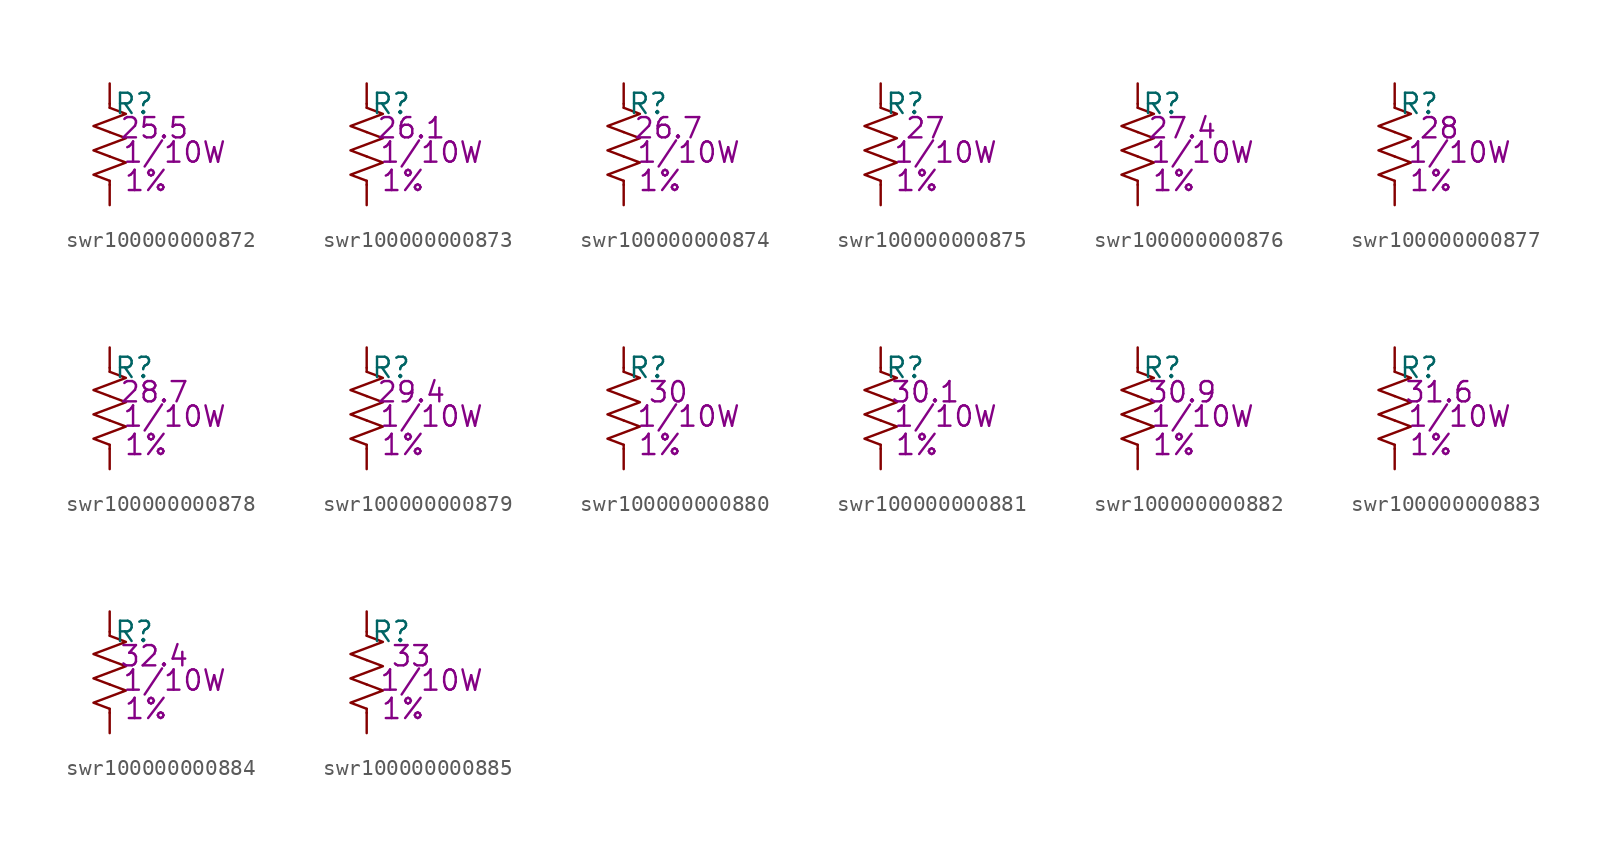
<source format=kicad_sym>
(kicad_symbol_lib
  (version 20211014)
  (generator kicad_symbol_editor)
  (symbol "swr100000000872"
    (pin_numbers hide)
    (pin_names
      (offset 1.016))
    (property "Reference" "R"
      (at 1.524 2.54 0)
      (effects (font (size 1.27 1.27))))
    (property "Tolerance" "1%"
      (at 2.286 -2.286 0)
      (effects (font (size 1.27 1.27))))
    (property "Wattage" "1/10W"
      (at 4.064 -0.508 0)
      (effects (font (size 1.27 1.27))))
    (property "PartValue" "25.5"
      (at 2.794 1.016 0)
      (effects (font (size 1.27 1.27))))
    (symbol "swr100000000872_1_1"
      (polyline (pts (xy 0 -2.286) (xy 0 -2.54)) (stroke (width 0) (type default) (color 0 0 0 0)) (fill (type none)))
      (polyline (pts (xy 0 2.286) (xy 0 2.54)) (stroke (width 0) (type default) (color 0 0 0 0)) (fill (type none)))
      (polyline (pts (xy 0 -0.762) (xy 1.016 -1.143) (xy 0 -1.524) (xy -1.016 -1.905) (xy 0 -2.286)) (stroke (width 0) (type default) (color 0 0 0 0)) (fill (type none)))
      (polyline (pts (xy 0 0.762) (xy 1.016 0.381) (xy 0 0) (xy -1.016 -0.381) (xy 0 -0.762)) (stroke (width 0) (type default) (color 0 0 0 0)) (fill (type none)))
      (polyline (pts (xy 0 2.286) (xy 1.016 1.905) (xy 0 1.524) (xy -1.016 1.143) (xy 0 0.762)) (stroke (width 0) (type default) (color 0 0 0 0)) (fill (type none)))
      (pin passive line (at 0 3.81 270) (length 1.27) (name "~" (effects (font (size 1.27 1.27)))) (number "1" (effects (font (size 1.27 1.27)))))
      (pin passive line (at 0 -3.81 90) (length 1.27) (name "~" (effects (font (size 1.27 1.27)))) (number "2" (effects (font (size 1.27 1.27)))))))
  (symbol "swr100000000873"
    (pin_numbers hide)
    (pin_names
      (offset 1.016))
    (property "Reference" "R"
      (at 1.524 2.54 0)
      (effects (font (size 1.27 1.27))))
    (property "Tolerance" "1%"
      (at 2.286 -2.286 0)
      (effects (font (size 1.27 1.27))))
    (property "Wattage" "1/10W"
      (at 4.064 -0.508 0)
      (effects (font (size 1.27 1.27))))
    (property "PartValue" "26.1"
      (at 2.794 1.016 0)
      (effects (font (size 1.27 1.27))))
    (symbol "swr100000000873_1_1"
      (polyline (pts (xy 0 -2.286) (xy 0 -2.54)) (stroke (width 0) (type default) (color 0 0 0 0)) (fill (type none)))
      (polyline (pts (xy 0 2.286) (xy 0 2.54)) (stroke (width 0) (type default) (color 0 0 0 0)) (fill (type none)))
      (polyline (pts (xy 0 -0.762) (xy 1.016 -1.143) (xy 0 -1.524) (xy -1.016 -1.905) (xy 0 -2.286)) (stroke (width 0) (type default) (color 0 0 0 0)) (fill (type none)))
      (polyline (pts (xy 0 0.762) (xy 1.016 0.381) (xy 0 0) (xy -1.016 -0.381) (xy 0 -0.762)) (stroke (width 0) (type default) (color 0 0 0 0)) (fill (type none)))
      (polyline (pts (xy 0 2.286) (xy 1.016 1.905) (xy 0 1.524) (xy -1.016 1.143) (xy 0 0.762)) (stroke (width 0) (type default) (color 0 0 0 0)) (fill (type none)))
      (pin passive line (at 0 3.81 270) (length 1.27) (name "~" (effects (font (size 1.27 1.27)))) (number "1" (effects (font (size 1.27 1.27)))))
      (pin passive line (at 0 -3.81 90) (length 1.27) (name "~" (effects (font (size 1.27 1.27)))) (number "2" (effects (font (size 1.27 1.27)))))))
  (symbol "swr100000000874"
    (pin_numbers hide)
    (pin_names
      (offset 1.016))
    (property "Reference" "R"
      (at 1.524 2.54 0)
      (effects (font (size 1.27 1.27))))
    (property "Tolerance" "1%"
      (at 2.286 -2.286 0)
      (effects (font (size 1.27 1.27))))
    (property "Wattage" "1/10W"
      (at 4.064 -0.508 0)
      (effects (font (size 1.27 1.27))))
    (property "PartValue" "26.7"
      (at 2.794 1.016 0)
      (effects (font (size 1.27 1.27))))
    (symbol "swr100000000874_1_1"
      (polyline (pts (xy 0 -2.286) (xy 0 -2.54)) (stroke (width 0) (type default) (color 0 0 0 0)) (fill (type none)))
      (polyline (pts (xy 0 2.286) (xy 0 2.54)) (stroke (width 0) (type default) (color 0 0 0 0)) (fill (type none)))
      (polyline (pts (xy 0 -0.762) (xy 1.016 -1.143) (xy 0 -1.524) (xy -1.016 -1.905) (xy 0 -2.286)) (stroke (width 0) (type default) (color 0 0 0 0)) (fill (type none)))
      (polyline (pts (xy 0 0.762) (xy 1.016 0.381) (xy 0 0) (xy -1.016 -0.381) (xy 0 -0.762)) (stroke (width 0) (type default) (color 0 0 0 0)) (fill (type none)))
      (polyline (pts (xy 0 2.286) (xy 1.016 1.905) (xy 0 1.524) (xy -1.016 1.143) (xy 0 0.762)) (stroke (width 0) (type default) (color 0 0 0 0)) (fill (type none)))
      (pin passive line (at 0 3.81 270) (length 1.27) (name "~" (effects (font (size 1.27 1.27)))) (number "1" (effects (font (size 1.27 1.27)))))
      (pin passive line (at 0 -3.81 90) (length 1.27) (name "~" (effects (font (size 1.27 1.27)))) (number "2" (effects (font (size 1.27 1.27)))))))
  (symbol "swr100000000875"
    (pin_numbers hide)
    (pin_names
      (offset 1.016))
    (property "Reference" "R"
      (at 1.524 2.54 0)
      (effects (font (size 1.27 1.27))))
    (property "Tolerance" "1%"
      (at 2.286 -2.286 0)
      (effects (font (size 1.27 1.27))))
    (property "Wattage" "1/10W"
      (at 4.064 -0.508 0)
      (effects (font (size 1.27 1.27))))
    (property "PartValue" "27"
      (at 2.794 1.016 0)
      (effects (font (size 1.27 1.27))))
    (symbol "swr100000000875_1_1"
      (polyline (pts (xy 0 -2.286) (xy 0 -2.54)) (stroke (width 0) (type default) (color 0 0 0 0)) (fill (type none)))
      (polyline (pts (xy 0 2.286) (xy 0 2.54)) (stroke (width 0) (type default) (color 0 0 0 0)) (fill (type none)))
      (polyline (pts (xy 0 -0.762) (xy 1.016 -1.143) (xy 0 -1.524) (xy -1.016 -1.905) (xy 0 -2.286)) (stroke (width 0) (type default) (color 0 0 0 0)) (fill (type none)))
      (polyline (pts (xy 0 0.762) (xy 1.016 0.381) (xy 0 0) (xy -1.016 -0.381) (xy 0 -0.762)) (stroke (width 0) (type default) (color 0 0 0 0)) (fill (type none)))
      (polyline (pts (xy 0 2.286) (xy 1.016 1.905) (xy 0 1.524) (xy -1.016 1.143) (xy 0 0.762)) (stroke (width 0) (type default) (color 0 0 0 0)) (fill (type none)))
      (pin passive line (at 0 3.81 270) (length 1.27) (name "~" (effects (font (size 1.27 1.27)))) (number "1" (effects (font (size 1.27 1.27)))))
      (pin passive line (at 0 -3.81 90) (length 1.27) (name "~" (effects (font (size 1.27 1.27)))) (number "2" (effects (font (size 1.27 1.27)))))))
  (symbol "swr100000000876"
    (pin_numbers hide)
    (pin_names
      (offset 1.016))
    (property "Reference" "R"
      (at 1.524 2.54 0)
      (effects (font (size 1.27 1.27))))
    (property "Tolerance" "1%"
      (at 2.286 -2.286 0)
      (effects (font (size 1.27 1.27))))
    (property "Wattage" "1/10W"
      (at 4.064 -0.508 0)
      (effects (font (size 1.27 1.27))))
    (property "PartValue" "27.4"
      (at 2.794 1.016 0)
      (effects (font (size 1.27 1.27))))
    (symbol "swr100000000876_1_1"
      (polyline (pts (xy 0 -2.286) (xy 0 -2.54)) (stroke (width 0) (type default) (color 0 0 0 0)) (fill (type none)))
      (polyline (pts (xy 0 2.286) (xy 0 2.54)) (stroke (width 0) (type default) (color 0 0 0 0)) (fill (type none)))
      (polyline (pts (xy 0 -0.762) (xy 1.016 -1.143) (xy 0 -1.524) (xy -1.016 -1.905) (xy 0 -2.286)) (stroke (width 0) (type default) (color 0 0 0 0)) (fill (type none)))
      (polyline (pts (xy 0 0.762) (xy 1.016 0.381) (xy 0 0) (xy -1.016 -0.381) (xy 0 -0.762)) (stroke (width 0) (type default) (color 0 0 0 0)) (fill (type none)))
      (polyline (pts (xy 0 2.286) (xy 1.016 1.905) (xy 0 1.524) (xy -1.016 1.143) (xy 0 0.762)) (stroke (width 0) (type default) (color 0 0 0 0)) (fill (type none)))
      (pin passive line (at 0 3.81 270) (length 1.27) (name "~" (effects (font (size 1.27 1.27)))) (number "1" (effects (font (size 1.27 1.27)))))
      (pin passive line (at 0 -3.81 90) (length 1.27) (name "~" (effects (font (size 1.27 1.27)))) (number "2" (effects (font (size 1.27 1.27)))))))
  (symbol "swr100000000877"
    (pin_numbers hide)
    (pin_names
      (offset 1.016))
    (property "Reference" "R"
      (at 1.524 2.54 0)
      (effects (font (size 1.27 1.27))))
    (property "Tolerance" "1%"
      (at 2.286 -2.286 0)
      (effects (font (size 1.27 1.27))))
    (property "Wattage" "1/10W"
      (at 4.064 -0.508 0)
      (effects (font (size 1.27 1.27))))
    (property "PartValue" "28"
      (at 2.794 1.016 0)
      (effects (font (size 1.27 1.27))))
    (symbol "swr100000000877_1_1"
      (polyline (pts (xy 0 -2.286) (xy 0 -2.54)) (stroke (width 0) (type default) (color 0 0 0 0)) (fill (type none)))
      (polyline (pts (xy 0 2.286) (xy 0 2.54)) (stroke (width 0) (type default) (color 0 0 0 0)) (fill (type none)))
      (polyline (pts (xy 0 -0.762) (xy 1.016 -1.143) (xy 0 -1.524) (xy -1.016 -1.905) (xy 0 -2.286)) (stroke (width 0) (type default) (color 0 0 0 0)) (fill (type none)))
      (polyline (pts (xy 0 0.762) (xy 1.016 0.381) (xy 0 0) (xy -1.016 -0.381) (xy 0 -0.762)) (stroke (width 0) (type default) (color 0 0 0 0)) (fill (type none)))
      (polyline (pts (xy 0 2.286) (xy 1.016 1.905) (xy 0 1.524) (xy -1.016 1.143) (xy 0 0.762)) (stroke (width 0) (type default) (color 0 0 0 0)) (fill (type none)))
      (pin passive line (at 0 3.81 270) (length 1.27) (name "~" (effects (font (size 1.27 1.27)))) (number "1" (effects (font (size 1.27 1.27)))))
      (pin passive line (at 0 -3.81 90) (length 1.27) (name "~" (effects (font (size 1.27 1.27)))) (number "2" (effects (font (size 1.27 1.27)))))))
  (symbol "swr100000000878"
    (pin_numbers hide)
    (pin_names
      (offset 1.016))
    (property "Reference" "R"
      (at 1.524 2.54 0)
      (effects (font (size 1.27 1.27))))
    (property "Tolerance" "1%"
      (at 2.286 -2.286 0)
      (effects (font (size 1.27 1.27))))
    (property "Wattage" "1/10W"
      (at 4.064 -0.508 0)
      (effects (font (size 1.27 1.27))))
    (property "PartValue" "28.7"
      (at 2.794 1.016 0)
      (effects (font (size 1.27 1.27))))
    (symbol "swr100000000878_1_1"
      (polyline (pts (xy 0 -2.286) (xy 0 -2.54)) (stroke (width 0) (type default) (color 0 0 0 0)) (fill (type none)))
      (polyline (pts (xy 0 2.286) (xy 0 2.54)) (stroke (width 0) (type default) (color 0 0 0 0)) (fill (type none)))
      (polyline (pts (xy 0 -0.762) (xy 1.016 -1.143) (xy 0 -1.524) (xy -1.016 -1.905) (xy 0 -2.286)) (stroke (width 0) (type default) (color 0 0 0 0)) (fill (type none)))
      (polyline (pts (xy 0 0.762) (xy 1.016 0.381) (xy 0 0) (xy -1.016 -0.381) (xy 0 -0.762)) (stroke (width 0) (type default) (color 0 0 0 0)) (fill (type none)))
      (polyline (pts (xy 0 2.286) (xy 1.016 1.905) (xy 0 1.524) (xy -1.016 1.143) (xy 0 0.762)) (stroke (width 0) (type default) (color 0 0 0 0)) (fill (type none)))
      (pin passive line (at 0 3.81 270) (length 1.27) (name "~" (effects (font (size 1.27 1.27)))) (number "1" (effects (font (size 1.27 1.27)))))
      (pin passive line (at 0 -3.81 90) (length 1.27) (name "~" (effects (font (size 1.27 1.27)))) (number "2" (effects (font (size 1.27 1.27)))))))
  (symbol "swr100000000879"
    (pin_numbers hide)
    (pin_names
      (offset 1.016))
    (property "Reference" "R"
      (at 1.524 2.54 0)
      (effects (font (size 1.27 1.27))))
    (property "Tolerance" "1%"
      (at 2.286 -2.286 0)
      (effects (font (size 1.27 1.27))))
    (property "Wattage" "1/10W"
      (at 4.064 -0.508 0)
      (effects (font (size 1.27 1.27))))
    (property "PartValue" "29.4"
      (at 2.794 1.016 0)
      (effects (font (size 1.27 1.27))))
    (symbol "swr100000000879_1_1"
      (polyline (pts (xy 0 -2.286) (xy 0 -2.54)) (stroke (width 0) (type default) (color 0 0 0 0)) (fill (type none)))
      (polyline (pts (xy 0 2.286) (xy 0 2.54)) (stroke (width 0) (type default) (color 0 0 0 0)) (fill (type none)))
      (polyline (pts (xy 0 -0.762) (xy 1.016 -1.143) (xy 0 -1.524) (xy -1.016 -1.905) (xy 0 -2.286)) (stroke (width 0) (type default) (color 0 0 0 0)) (fill (type none)))
      (polyline (pts (xy 0 0.762) (xy 1.016 0.381) (xy 0 0) (xy -1.016 -0.381) (xy 0 -0.762)) (stroke (width 0) (type default) (color 0 0 0 0)) (fill (type none)))
      (polyline (pts (xy 0 2.286) (xy 1.016 1.905) (xy 0 1.524) (xy -1.016 1.143) (xy 0 0.762)) (stroke (width 0) (type default) (color 0 0 0 0)) (fill (type none)))
      (pin passive line (at 0 3.81 270) (length 1.27) (name "~" (effects (font (size 1.27 1.27)))) (number "1" (effects (font (size 1.27 1.27)))))
      (pin passive line (at 0 -3.81 90) (length 1.27) (name "~" (effects (font (size 1.27 1.27)))) (number "2" (effects (font (size 1.27 1.27)))))))
  (symbol "swr100000000880"
    (pin_numbers hide)
    (pin_names
      (offset 1.016))
    (property "Reference" "R"
      (at 1.524 2.54 0)
      (effects (font (size 1.27 1.27))))
    (property "Tolerance" "1%"
      (at 2.286 -2.286 0)
      (effects (font (size 1.27 1.27))))
    (property "Wattage" "1/10W"
      (at 4.064 -0.508 0)
      (effects (font (size 1.27 1.27))))
    (property "PartValue" "30"
      (at 2.794 1.016 0)
      (effects (font (size 1.27 1.27))))
    (symbol "swr100000000880_1_1"
      (polyline (pts (xy 0 -2.286) (xy 0 -2.54)) (stroke (width 0) (type default) (color 0 0 0 0)) (fill (type none)))
      (polyline (pts (xy 0 2.286) (xy 0 2.54)) (stroke (width 0) (type default) (color 0 0 0 0)) (fill (type none)))
      (polyline (pts (xy 0 -0.762) (xy 1.016 -1.143) (xy 0 -1.524) (xy -1.016 -1.905) (xy 0 -2.286)) (stroke (width 0) (type default) (color 0 0 0 0)) (fill (type none)))
      (polyline (pts (xy 0 0.762) (xy 1.016 0.381) (xy 0 0) (xy -1.016 -0.381) (xy 0 -0.762)) (stroke (width 0) (type default) (color 0 0 0 0)) (fill (type none)))
      (polyline (pts (xy 0 2.286) (xy 1.016 1.905) (xy 0 1.524) (xy -1.016 1.143) (xy 0 0.762)) (stroke (width 0) (type default) (color 0 0 0 0)) (fill (type none)))
      (pin passive line (at 0 3.81 270) (length 1.27) (name "~" (effects (font (size 1.27 1.27)))) (number "1" (effects (font (size 1.27 1.27)))))
      (pin passive line (at 0 -3.81 90) (length 1.27) (name "~" (effects (font (size 1.27 1.27)))) (number "2" (effects (font (size 1.27 1.27)))))))
  (symbol "swr100000000881"
    (pin_numbers hide)
    (pin_names
      (offset 1.016))
    (property "Reference" "R"
      (at 1.524 2.54 0)
      (effects (font (size 1.27 1.27))))
    (property "Tolerance" "1%"
      (at 2.286 -2.286 0)
      (effects (font (size 1.27 1.27))))
    (property "Wattage" "1/10W"
      (at 4.064 -0.508 0)
      (effects (font (size 1.27 1.27))))
    (property "PartValue" "30.1"
      (at 2.794 1.016 0)
      (effects (font (size 1.27 1.27))))
    (symbol "swr100000000881_1_1"
      (polyline (pts (xy 0 -2.286) (xy 0 -2.54)) (stroke (width 0) (type default) (color 0 0 0 0)) (fill (type none)))
      (polyline (pts (xy 0 2.286) (xy 0 2.54)) (stroke (width 0) (type default) (color 0 0 0 0)) (fill (type none)))
      (polyline (pts (xy 0 -0.762) (xy 1.016 -1.143) (xy 0 -1.524) (xy -1.016 -1.905) (xy 0 -2.286)) (stroke (width 0) (type default) (color 0 0 0 0)) (fill (type none)))
      (polyline (pts (xy 0 0.762) (xy 1.016 0.381) (xy 0 0) (xy -1.016 -0.381) (xy 0 -0.762)) (stroke (width 0) (type default) (color 0 0 0 0)) (fill (type none)))
      (polyline (pts (xy 0 2.286) (xy 1.016 1.905) (xy 0 1.524) (xy -1.016 1.143) (xy 0 0.762)) (stroke (width 0) (type default) (color 0 0 0 0)) (fill (type none)))
      (pin passive line (at 0 3.81 270) (length 1.27) (name "~" (effects (font (size 1.27 1.27)))) (number "1" (effects (font (size 1.27 1.27)))))
      (pin passive line (at 0 -3.81 90) (length 1.27) (name "~" (effects (font (size 1.27 1.27)))) (number "2" (effects (font (size 1.27 1.27)))))))
  (symbol "swr100000000882"
    (pin_numbers hide)
    (pin_names
      (offset 1.016))
    (property "Reference" "R"
      (at 1.524 2.54 0)
      (effects (font (size 1.27 1.27))))
    (property "Tolerance" "1%"
      (at 2.286 -2.286 0)
      (effects (font (size 1.27 1.27))))
    (property "Wattage" "1/10W"
      (at 4.064 -0.508 0)
      (effects (font (size 1.27 1.27))))
    (property "PartValue" "30.9"
      (at 2.794 1.016 0)
      (effects (font (size 1.27 1.27))))
    (symbol "swr100000000882_1_1"
      (polyline (pts (xy 0 -2.286) (xy 0 -2.54)) (stroke (width 0) (type default) (color 0 0 0 0)) (fill (type none)))
      (polyline (pts (xy 0 2.286) (xy 0 2.54)) (stroke (width 0) (type default) (color 0 0 0 0)) (fill (type none)))
      (polyline (pts (xy 0 -0.762) (xy 1.016 -1.143) (xy 0 -1.524) (xy -1.016 -1.905) (xy 0 -2.286)) (stroke (width 0) (type default) (color 0 0 0 0)) (fill (type none)))
      (polyline (pts (xy 0 0.762) (xy 1.016 0.381) (xy 0 0) (xy -1.016 -0.381) (xy 0 -0.762)) (stroke (width 0) (type default) (color 0 0 0 0)) (fill (type none)))
      (polyline (pts (xy 0 2.286) (xy 1.016 1.905) (xy 0 1.524) (xy -1.016 1.143) (xy 0 0.762)) (stroke (width 0) (type default) (color 0 0 0 0)) (fill (type none)))
      (pin passive line (at 0 3.81 270) (length 1.27) (name "~" (effects (font (size 1.27 1.27)))) (number "1" (effects (font (size 1.27 1.27)))))
      (pin passive line (at 0 -3.81 90) (length 1.27) (name "~" (effects (font (size 1.27 1.27)))) (number "2" (effects (font (size 1.27 1.27)))))))
  (symbol "swr100000000883"
    (pin_numbers hide)
    (pin_names
      (offset 1.016))
    (property "Reference" "R"
      (at 1.524 2.54 0)
      (effects (font (size 1.27 1.27))))
    (property "Tolerance" "1%"
      (at 2.286 -2.286 0)
      (effects (font (size 1.27 1.27))))
    (property "Wattage" "1/10W"
      (at 4.064 -0.508 0)
      (effects (font (size 1.27 1.27))))
    (property "PartValue" "31.6"
      (at 2.794 1.016 0)
      (effects (font (size 1.27 1.27))))
    (symbol "swr100000000883_1_1"
      (polyline (pts (xy 0 -2.286) (xy 0 -2.54)) (stroke (width 0) (type default) (color 0 0 0 0)) (fill (type none)))
      (polyline (pts (xy 0 2.286) (xy 0 2.54)) (stroke (width 0) (type default) (color 0 0 0 0)) (fill (type none)))
      (polyline (pts (xy 0 -0.762) (xy 1.016 -1.143) (xy 0 -1.524) (xy -1.016 -1.905) (xy 0 -2.286)) (stroke (width 0) (type default) (color 0 0 0 0)) (fill (type none)))
      (polyline (pts (xy 0 0.762) (xy 1.016 0.381) (xy 0 0) (xy -1.016 -0.381) (xy 0 -0.762)) (stroke (width 0) (type default) (color 0 0 0 0)) (fill (type none)))
      (polyline (pts (xy 0 2.286) (xy 1.016 1.905) (xy 0 1.524) (xy -1.016 1.143) (xy 0 0.762)) (stroke (width 0) (type default) (color 0 0 0 0)) (fill (type none)))
      (pin passive line (at 0 3.81 270) (length 1.27) (name "~" (effects (font (size 1.27 1.27)))) (number "1" (effects (font (size 1.27 1.27)))))
      (pin passive line (at 0 -3.81 90) (length 1.27) (name "~" (effects (font (size 1.27 1.27)))) (number "2" (effects (font (size 1.27 1.27)))))))
  (symbol "swr100000000884"
    (pin_numbers hide)
    (pin_names
      (offset 1.016))
    (property "Reference" "R"
      (at 1.524 2.54 0)
      (effects (font (size 1.27 1.27))))
    (property "Tolerance" "1%"
      (at 2.286 -2.286 0)
      (effects (font (size 1.27 1.27))))
    (property "Wattage" "1/10W"
      (at 4.064 -0.508 0)
      (effects (font (size 1.27 1.27))))
    (property "PartValue" "32.4"
      (at 2.794 1.016 0)
      (effects (font (size 1.27 1.27))))
    (symbol "swr100000000884_1_1"
      (polyline (pts (xy 0 -2.286) (xy 0 -2.54)) (stroke (width 0) (type default) (color 0 0 0 0)) (fill (type none)))
      (polyline (pts (xy 0 2.286) (xy 0 2.54)) (stroke (width 0) (type default) (color 0 0 0 0)) (fill (type none)))
      (polyline (pts (xy 0 -0.762) (xy 1.016 -1.143) (xy 0 -1.524) (xy -1.016 -1.905) (xy 0 -2.286)) (stroke (width 0) (type default) (color 0 0 0 0)) (fill (type none)))
      (polyline (pts (xy 0 0.762) (xy 1.016 0.381) (xy 0 0) (xy -1.016 -0.381) (xy 0 -0.762)) (stroke (width 0) (type default) (color 0 0 0 0)) (fill (type none)))
      (polyline (pts (xy 0 2.286) (xy 1.016 1.905) (xy 0 1.524) (xy -1.016 1.143) (xy 0 0.762)) (stroke (width 0) (type default) (color 0 0 0 0)) (fill (type none)))
      (pin passive line (at 0 3.81 270) (length 1.27) (name "~" (effects (font (size 1.27 1.27)))) (number "1" (effects (font (size 1.27 1.27)))))
      (pin passive line (at 0 -3.81 90) (length 1.27) (name "~" (effects (font (size 1.27 1.27)))) (number "2" (effects (font (size 1.27 1.27)))))))
  (symbol "swr100000000885"
    (pin_numbers hide)
    (pin_names
      (offset 1.016))
    (property "Reference" "R"
      (at 1.524 2.54 0)
      (effects (font (size 1.27 1.27))))
    (property "Tolerance" "1%"
      (at 2.286 -2.286 0)
      (effects (font (size 1.27 1.27))))
    (property "Wattage" "1/10W"
      (at 4.064 -0.508 0)
      (effects (font (size 1.27 1.27))))
    (property "PartValue" "33"
      (at 2.794 1.016 0)
      (effects (font (size 1.27 1.27))))
    (symbol "swr100000000885_1_1"
      (polyline (pts (xy 0 -2.286) (xy 0 -2.54)) (stroke (width 0) (type default) (color 0 0 0 0)) (fill (type none)))
      (polyline (pts (xy 0 2.286) (xy 0 2.54)) (stroke (width 0) (type default) (color 0 0 0 0)) (fill (type none)))
      (polyline (pts (xy 0 -0.762) (xy 1.016 -1.143) (xy 0 -1.524) (xy -1.016 -1.905) (xy 0 -2.286)) (stroke (width 0) (type default) (color 0 0 0 0)) (fill (type none)))
      (polyline (pts (xy 0 0.762) (xy 1.016 0.381) (xy 0 0) (xy -1.016 -0.381) (xy 0 -0.762)) (stroke (width 0) (type default) (color 0 0 0 0)) (fill (type none)))
      (polyline (pts (xy 0 2.286) (xy 1.016 1.905) (xy 0 1.524) (xy -1.016 1.143) (xy 0 0.762)) (stroke (width 0) (type default) (color 0 0 0 0)) (fill (type none)))
      (pin passive line (at 0 3.81 270) (length 1.27) (name "~" (effects (font (size 1.27 1.27)))) (number "1" (effects (font (size 1.27 1.27)))))
      (pin passive line (at 0 -3.81 90) (length 1.27) (name "~" (effects (font (size 1.27 1.27)))) (number "2" (effects (font (size 1.27 1.27))))))))
</source>
